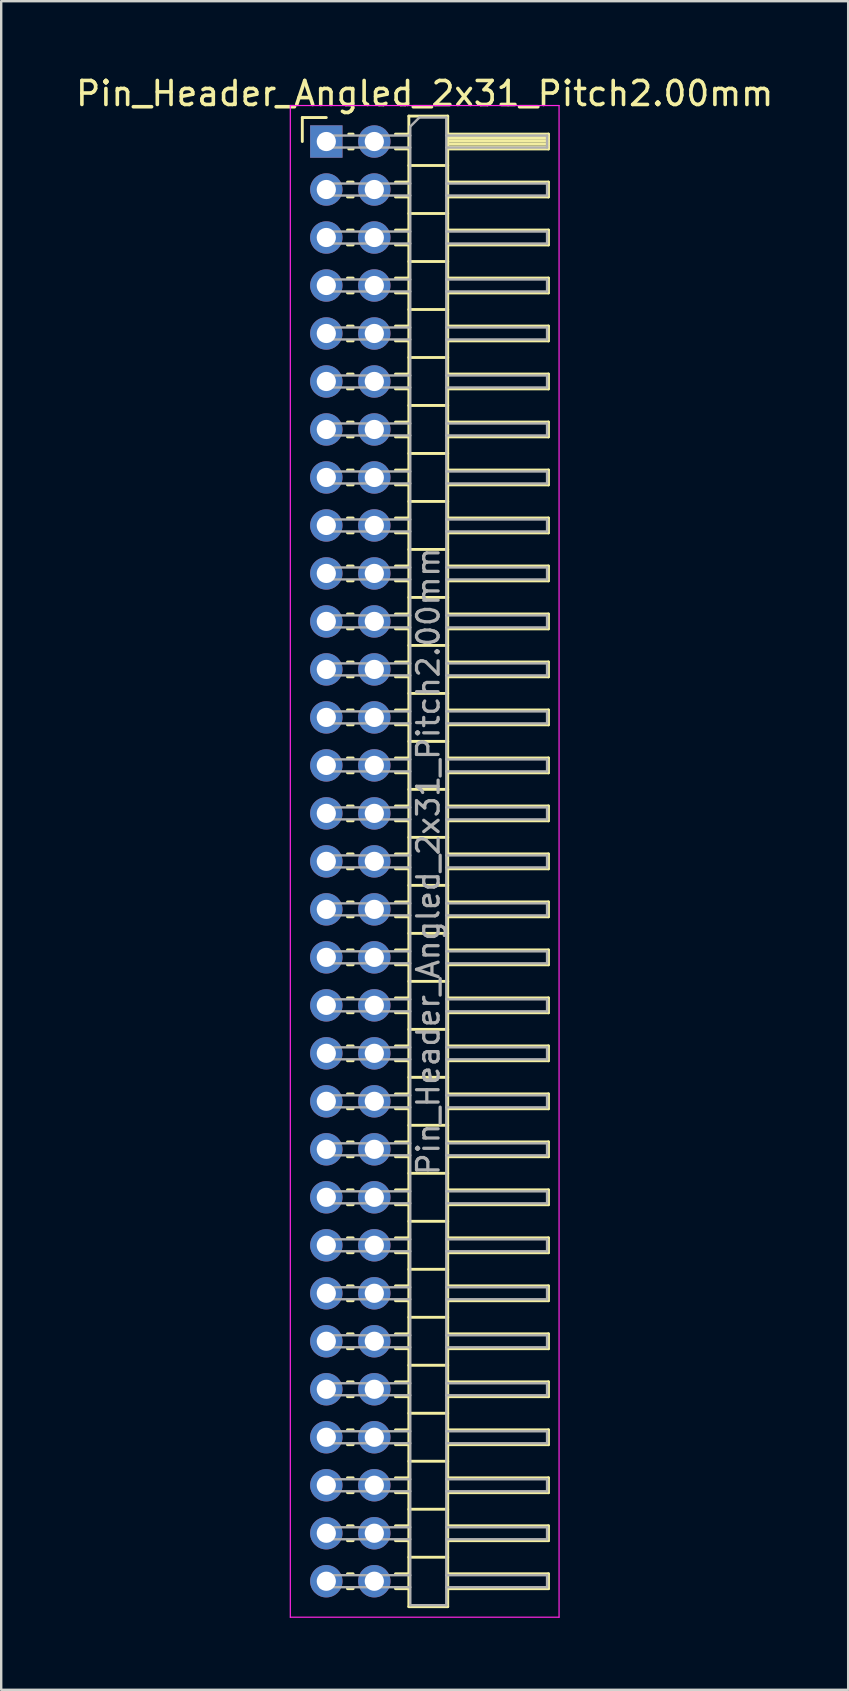
<source format=kicad_pcb>
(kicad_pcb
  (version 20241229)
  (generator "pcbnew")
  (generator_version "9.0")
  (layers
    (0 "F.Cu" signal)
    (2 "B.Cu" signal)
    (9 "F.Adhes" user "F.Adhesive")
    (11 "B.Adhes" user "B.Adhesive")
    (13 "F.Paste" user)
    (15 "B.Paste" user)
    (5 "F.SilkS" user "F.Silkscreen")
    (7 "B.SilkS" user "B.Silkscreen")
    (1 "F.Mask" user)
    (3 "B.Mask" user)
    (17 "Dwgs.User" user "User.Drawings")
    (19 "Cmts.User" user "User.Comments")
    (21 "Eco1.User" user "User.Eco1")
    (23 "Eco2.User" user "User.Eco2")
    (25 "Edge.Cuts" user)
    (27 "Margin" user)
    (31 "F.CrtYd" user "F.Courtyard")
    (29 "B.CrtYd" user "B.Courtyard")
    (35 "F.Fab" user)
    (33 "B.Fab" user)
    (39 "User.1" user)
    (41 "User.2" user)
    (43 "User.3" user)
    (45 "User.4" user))
  (footprint "Pin_Header_Angled_2x31_Pitch2.00mm"
    (layer "F.Cu")
    (at 10.549 2.848)
    (property "Reference" "Pin_Header_Angled_2x31_Pitch2.00mm" (at 4.1 -2 0) (layer "F.SilkS") (effects (font (size 1 1) (thickness 0.15))))
    (attr through_hole)
    (fp_line (start -1 -1) (end 0 -1) (stroke (width 0.12) (type solid)) (layer "F.SilkS"))
    (fp_line (start -1 0) (end -1 -1) (stroke (width 0.12) (type solid)) (layer "F.SilkS"))
    (fp_line (start 0.882 1.69) (end 1.118 1.69) (stroke (width 0.12) (type solid)) (layer "F.SilkS"))
    (fp_line (start 0.882 2.31) (end 1.118 2.31) (stroke (width 0.12) (type solid)) (layer "F.SilkS"))
    (fp_line (start 0.882 3.69) (end 1.118 3.69) (stroke (width 0.12) (type solid)) (layer "F.SilkS"))
    (fp_line (start 0.882 4.31) (end 1.118 4.31) (stroke (width 0.12) (type solid)) (layer "F.SilkS"))
    (fp_line (start 0.882 5.69) (end 1.118 5.69) (stroke (width 0.12) (type solid)) (layer "F.SilkS"))
    (fp_line (start 0.882 6.31) (end 1.118 6.31) (stroke (width 0.12) (type solid)) (layer "F.SilkS"))
    (fp_line (start 0.882 7.69) (end 1.118 7.69) (stroke (width 0.12) (type solid)) (layer "F.SilkS"))
    (fp_line (start 0.882 8.31) (end 1.118 8.31) (stroke (width 0.12) (type solid)) (layer "F.SilkS"))
    (fp_line (start 0.882 9.69) (end 1.118 9.69) (stroke (width 0.12) (type solid)) (layer "F.SilkS"))
    (fp_line (start 0.882 10.31) (end 1.118 10.31) (stroke (width 0.12) (type solid)) (layer "F.SilkS"))
    (fp_line (start 0.882 11.69) (end 1.118 11.69) (stroke (width 0.12) (type solid)) (layer "F.SilkS"))
    (fp_line (start 0.882 12.31) (end 1.118 12.31) (stroke (width 0.12) (type solid)) (layer "F.SilkS"))
    (fp_line (start 0.882 13.69) (end 1.118 13.69) (stroke (width 0.12) (type solid)) (layer "F.SilkS"))
    (fp_line (start 0.882 14.31) (end 1.118 14.31) (stroke (width 0.12) (type solid)) (layer "F.SilkS"))
    (fp_line (start 0.882 15.69) (end 1.118 15.69) (stroke (width 0.12) (type solid)) (layer "F.SilkS"))
    (fp_line (start 0.882 16.31) (end 1.118 16.31) (stroke (width 0.12) (type solid)) (layer "F.SilkS"))
    (fp_line (start 0.882 17.69) (end 1.118 17.69) (stroke (width 0.12) (type solid)) (layer "F.SilkS"))
    (fp_line (start 0.882 18.31) (end 1.118 18.31) (stroke (width 0.12) (type solid)) (layer "F.SilkS"))
    (fp_line (start 0.882 19.69) (end 1.118 19.69) (stroke (width 0.12) (type solid)) (layer "F.SilkS"))
    (fp_line (start 0.882 20.31) (end 1.118 20.31) (stroke (width 0.12) (type solid)) (layer "F.SilkS"))
    (fp_line (start 0.882 21.69) (end 1.118 21.69) (stroke (width 0.12) (type solid)) (layer "F.SilkS"))
    (fp_line (start 0.882 22.31) (end 1.118 22.31) (stroke (width 0.12) (type solid)) (layer "F.SilkS"))
    (fp_line (start 0.882 23.69) (end 1.118 23.69) (stroke (width 0.12) (type solid)) (layer "F.SilkS"))
    (fp_line (start 0.882 24.31) (end 1.118 24.31) (stroke (width 0.12) (type solid)) (layer "F.SilkS"))
    (fp_line (start 0.882 25.69) (end 1.118 25.69) (stroke (width 0.12) (type solid)) (layer "F.SilkS"))
    (fp_line (start 0.882 26.31) (end 1.118 26.31) (stroke (width 0.12) (type solid)) (layer "F.SilkS"))
    (fp_line (start 0.882 27.69) (end 1.118 27.69) (stroke (width 0.12) (type solid)) (layer "F.SilkS"))
    (fp_line (start 0.882 28.31) (end 1.118 28.31) (stroke (width 0.12) (type solid)) (layer "F.SilkS"))
    (fp_line (start 0.882 29.69) (end 1.118 29.69) (stroke (width 0.12) (type solid)) (layer "F.SilkS"))
    (fp_line (start 0.882 30.31) (end 1.118 30.31) (stroke (width 0.12) (type solid)) (layer "F.SilkS"))
    (fp_line (start 0.882 31.69) (end 1.118 31.69) (stroke (width 0.12) (type solid)) (layer "F.SilkS"))
    (fp_line (start 0.882 32.31) (end 1.118 32.31) (stroke (width 0.12) (type solid)) (layer "F.SilkS"))
    (fp_line (start 0.882 33.69) (end 1.118 33.69) (stroke (width 0.12) (type solid)) (layer "F.SilkS"))
    (fp_line (start 0.882 34.31) (end 1.118 34.31) (stroke (width 0.12) (type solid)) (layer "F.SilkS"))
    (fp_line (start 0.882 35.69) (end 1.118 35.69) (stroke (width 0.12) (type solid)) (layer "F.SilkS"))
    (fp_line (start 0.882 36.31) (end 1.118 36.31) (stroke (width 0.12) (type solid)) (layer "F.SilkS"))
    (fp_line (start 0.882 37.69) (end 1.118 37.69) (stroke (width 0.12) (type solid)) (layer "F.SilkS"))
    (fp_line (start 0.882 38.31) (end 1.118 38.31) (stroke (width 0.12) (type solid)) (layer "F.SilkS"))
    (fp_line (start 0.882 39.69) (end 1.118 39.69) (stroke (width 0.12) (type solid)) (layer "F.SilkS"))
    (fp_line (start 0.882 40.31) (end 1.118 40.31) (stroke (width 0.12) (type solid)) (layer "F.SilkS"))
    (fp_line (start 0.882 41.69) (end 1.118 41.69) (stroke (width 0.12) (type solid)) (layer "F.SilkS"))
    (fp_line (start 0.882 42.31) (end 1.118 42.31) (stroke (width 0.12) (type solid)) (layer "F.SilkS"))
    (fp_line (start 0.882 43.69) (end 1.118 43.69) (stroke (width 0.12) (type solid)) (layer "F.SilkS"))
    (fp_line (start 0.882 44.31) (end 1.118 44.31) (stroke (width 0.12) (type solid)) (layer "F.SilkS"))
    (fp_line (start 0.882 45.69) (end 1.118 45.69) (stroke (width 0.12) (type solid)) (layer "F.SilkS"))
    (fp_line (start 0.882 46.31) (end 1.118 46.31) (stroke (width 0.12) (type solid)) (layer "F.SilkS"))
    (fp_line (start 0.882 47.69) (end 1.118 47.69) (stroke (width 0.12) (type solid)) (layer "F.SilkS"))
    (fp_line (start 0.882 48.31) (end 1.118 48.31) (stroke (width 0.12) (type solid)) (layer "F.SilkS"))
    (fp_line (start 0.882 49.69) (end 1.118 49.69) (stroke (width 0.12) (type solid)) (layer "F.SilkS"))
    (fp_line (start 0.882 50.31) (end 1.118 50.31) (stroke (width 0.12) (type solid)) (layer "F.SilkS"))
    (fp_line (start 0.882 51.69) (end 1.118 51.69) (stroke (width 0.12) (type solid)) (layer "F.SilkS"))
    (fp_line (start 0.882 52.31) (end 1.118 52.31) (stroke (width 0.12) (type solid)) (layer "F.SilkS"))
    (fp_line (start 0.882 53.69) (end 1.118 53.69) (stroke (width 0.12) (type solid)) (layer "F.SilkS"))
    (fp_line (start 0.882 54.31) (end 1.118 54.31) (stroke (width 0.12) (type solid)) (layer "F.SilkS"))
    (fp_line (start 0.882 55.69) (end 1.118 55.69) (stroke (width 0.12) (type solid)) (layer "F.SilkS"))
    (fp_line (start 0.882 56.31) (end 1.118 56.31) (stroke (width 0.12) (type solid)) (layer "F.SilkS"))
    (fp_line (start 0.882 57.69) (end 1.118 57.69) (stroke (width 0.12) (type solid)) (layer "F.SilkS"))
    (fp_line (start 0.882 58.31) (end 1.118 58.31) (stroke (width 0.12) (type solid)) (layer "F.SilkS"))
    (fp_line (start 0.882 59.69) (end 1.118 59.69) (stroke (width 0.12) (type solid)) (layer "F.SilkS"))
    (fp_line (start 0.882 60.31) (end 1.118 60.31) (stroke (width 0.12) (type solid)) (layer "F.SilkS"))
    (fp_line (start 0.935 -0.31) (end 1.118 -0.31) (stroke (width 0.12) (type solid)) (layer "F.SilkS"))
    (fp_line (start 0.935 0.31) (end 1.118 0.31) (stroke (width 0.12) (type solid)) (layer "F.SilkS"))
    (fp_line (start 2.882 -0.31) (end 3.44 -0.31) (stroke (width 0.12) (type solid)) (layer "F.SilkS"))
    (fp_line (start 2.882 0.31) (end 3.44 0.31) (stroke (width 0.12) (type solid)) (layer "F.SilkS"))
    (fp_line (start 2.882 1.69) (end 3.44 1.69) (stroke (width 0.12) (type solid)) (layer "F.SilkS"))
    (fp_line (start 2.882 2.31) (end 3.44 2.31) (stroke (width 0.12) (type solid)) (layer "F.SilkS"))
    (fp_line (start 2.882 3.69) (end 3.44 3.69) (stroke (width 0.12) (type solid)) (layer "F.SilkS"))
    (fp_line (start 2.882 4.31) (end 3.44 4.31) (stroke (width 0.12) (type solid)) (layer "F.SilkS"))
    (fp_line (start 2.882 5.69) (end 3.44 5.69) (stroke (width 0.12) (type solid)) (layer "F.SilkS"))
    (fp_line (start 2.882 6.31) (end 3.44 6.31) (stroke (width 0.12) (type solid)) (layer "F.SilkS"))
    (fp_line (start 2.882 7.69) (end 3.44 7.69) (stroke (width 0.12) (type solid)) (layer "F.SilkS"))
    (fp_line (start 2.882 8.31) (end 3.44 8.31) (stroke (width 0.12) (type solid)) (layer "F.SilkS"))
    (fp_line (start 2.882 9.69) (end 3.44 9.69) (stroke (width 0.12) (type solid)) (layer "F.SilkS"))
    (fp_line (start 2.882 10.31) (end 3.44 10.31) (stroke (width 0.12) (type solid)) (layer "F.SilkS"))
    (fp_line (start 2.882 11.69) (end 3.44 11.69) (stroke (width 0.12) (type solid)) (layer "F.SilkS"))
    (fp_line (start 2.882 12.31) (end 3.44 12.31) (stroke (width 0.12) (type solid)) (layer "F.SilkS"))
    (fp_line (start 2.882 13.69) (end 3.44 13.69) (stroke (width 0.12) (type solid)) (layer "F.SilkS"))
    (fp_line (start 2.882 14.31) (end 3.44 14.31) (stroke (width 0.12) (type solid)) (layer "F.SilkS"))
    (fp_line (start 2.882 15.69) (end 3.44 15.69) (stroke (width 0.12) (type solid)) (layer "F.SilkS"))
    (fp_line (start 2.882 16.31) (end 3.44 16.31) (stroke (width 0.12) (type solid)) (layer "F.SilkS"))
    (fp_line (start 2.882 17.69) (end 3.44 17.69) (stroke (width 0.12) (type solid)) (layer "F.SilkS"))
    (fp_line (start 2.882 18.31) (end 3.44 18.31) (stroke (width 0.12) (type solid)) (layer "F.SilkS"))
    (fp_line (start 2.882 19.69) (end 3.44 19.69) (stroke (width 0.12) (type solid)) (layer "F.SilkS"))
    (fp_line (start 2.882 20.31) (end 3.44 20.31) (stroke (width 0.12) (type solid)) (layer "F.SilkS"))
    (fp_line (start 2.882 21.69) (end 3.44 21.69) (stroke (width 0.12) (type solid)) (layer "F.SilkS"))
    (fp_line (start 2.882 22.31) (end 3.44 22.31) (stroke (width 0.12) (type solid)) (layer "F.SilkS"))
    (fp_line (start 2.882 23.69) (end 3.44 23.69) (stroke (width 0.12) (type solid)) (layer "F.SilkS"))
    (fp_line (start 2.882 24.31) (end 3.44 24.31) (stroke (width 0.12) (type solid)) (layer "F.SilkS"))
    (fp_line (start 2.882 25.69) (end 3.44 25.69) (stroke (width 0.12) (type solid)) (layer "F.SilkS"))
    (fp_line (start 2.882 26.31) (end 3.44 26.31) (stroke (width 0.12) (type solid)) (layer "F.SilkS"))
    (fp_line (start 2.882 27.69) (end 3.44 27.69) (stroke (width 0.12) (type solid)) (layer "F.SilkS"))
    (fp_line (start 2.882 28.31) (end 3.44 28.31) (stroke (width 0.12) (type solid)) (layer "F.SilkS"))
    (fp_line (start 2.882 29.69) (end 3.44 29.69) (stroke (width 0.12) (type solid)) (layer "F.SilkS"))
    (fp_line (start 2.882 30.31) (end 3.44 30.31) (stroke (width 0.12) (type solid)) (layer "F.SilkS"))
    (fp_line (start 2.882 31.69) (end 3.44 31.69) (stroke (width 0.12) (type solid)) (layer "F.SilkS"))
    (fp_line (start 2.882 32.31) (end 3.44 32.31) (stroke (width 0.12) (type solid)) (layer "F.SilkS"))
    (fp_line (start 2.882 33.69) (end 3.44 33.69) (stroke (width 0.12) (type solid)) (layer "F.SilkS"))
    (fp_line (start 2.882 34.31) (end 3.44 34.31) (stroke (width 0.12) (type solid)) (layer "F.SilkS"))
    (fp_line (start 2.882 35.69) (end 3.44 35.69) (stroke (width 0.12) (type solid)) (layer "F.SilkS"))
    (fp_line (start 2.882 36.31) (end 3.44 36.31) (stroke (width 0.12) (type solid)) (layer "F.SilkS"))
    (fp_line (start 2.882 37.69) (end 3.44 37.69) (stroke (width 0.12) (type solid)) (layer "F.SilkS"))
    (fp_line (start 2.882 38.31) (end 3.44 38.31) (stroke (width 0.12) (type solid)) (layer "F.SilkS"))
    (fp_line (start 2.882 39.69) (end 3.44 39.69) (stroke (width 0.12) (type solid)) (layer "F.SilkS"))
    (fp_line (start 2.882 40.31) (end 3.44 40.31) (stroke (width 0.12) (type solid)) (layer "F.SilkS"))
    (fp_line (start 2.882 41.69) (end 3.44 41.69) (stroke (width 0.12) (type solid)) (layer "F.SilkS"))
    (fp_line (start 2.882 42.31) (end 3.44 42.31) (stroke (width 0.12) (type solid)) (layer "F.SilkS"))
    (fp_line (start 2.882 43.69) (end 3.44 43.69) (stroke (width 0.12) (type solid)) (layer "F.SilkS"))
    (fp_line (start 2.882 44.31) (end 3.44 44.31) (stroke (width 0.12) (type solid)) (layer "F.SilkS"))
    (fp_line (start 2.882 45.69) (end 3.44 45.69) (stroke (width 0.12) (type solid)) (layer "F.SilkS"))
    (fp_line (start 2.882 46.31) (end 3.44 46.31) (stroke (width 0.12) (type solid)) (layer "F.SilkS"))
    (fp_line (start 2.882 47.69) (end 3.44 47.69) (stroke (width 0.12) (type solid)) (layer "F.SilkS"))
    (fp_line (start 2.882 48.31) (end 3.44 48.31) (stroke (width 0.12) (type solid)) (layer "F.SilkS"))
    (fp_line (start 2.882 49.69) (end 3.44 49.69) (stroke (width 0.12) (type solid)) (layer "F.SilkS"))
    (fp_line (start 2.882 50.31) (end 3.44 50.31) (stroke (width 0.12) (type solid)) (layer "F.SilkS"))
    (fp_line (start 2.882 51.69) (end 3.44 51.69) (stroke (width 0.12) (type solid)) (layer "F.SilkS"))
    (fp_line (start 2.882 52.31) (end 3.44 52.31) (stroke (width 0.12) (type solid)) (layer "F.SilkS"))
    (fp_line (start 2.882 53.69) (end 3.44 53.69) (stroke (width 0.12) (type solid)) (layer "F.SilkS"))
    (fp_line (start 2.882 54.31) (end 3.44 54.31) (stroke (width 0.12) (type solid)) (layer "F.SilkS"))
    (fp_line (start 2.882 55.69) (end 3.44 55.69) (stroke (width 0.12) (type solid)) (layer "F.SilkS"))
    (fp_line (start 2.882 56.31) (end 3.44 56.31) (stroke (width 0.12) (type solid)) (layer "F.SilkS"))
    (fp_line (start 2.882 57.69) (end 3.44 57.69) (stroke (width 0.12) (type solid)) (layer "F.SilkS"))
    (fp_line (start 2.882 58.31) (end 3.44 58.31) (stroke (width 0.12) (type solid)) (layer "F.SilkS"))
    (fp_line (start 2.882 59.69) (end 3.44 59.69) (stroke (width 0.12) (type solid)) (layer "F.SilkS"))
    (fp_line (start 2.882 60.31) (end 3.44 60.31) (stroke (width 0.12) (type solid)) (layer "F.SilkS"))
    (fp_line (start 3.44 -1.06) (end 3.44 61.06) (stroke (width 0.12) (type solid)) (layer "F.SilkS"))
    (fp_line (start 3.44 1) (end 5.06 1) (stroke (width 0.12) (type solid)) (layer "F.SilkS"))
    (fp_line (start 3.44 3) (end 5.06 3) (stroke (width 0.12) (type solid)) (layer "F.SilkS"))
    (fp_line (start 3.44 5) (end 5.06 5) (stroke (width 0.12) (type solid)) (layer "F.SilkS"))
    (fp_line (start 3.44 7) (end 5.06 7) (stroke (width 0.12) (type solid)) (layer "F.SilkS"))
    (fp_line (start 3.44 9) (end 5.06 9) (stroke (width 0.12) (type solid)) (layer "F.SilkS"))
    (fp_line (start 3.44 11) (end 5.06 11) (stroke (width 0.12) (type solid)) (layer "F.SilkS"))
    (fp_line (start 3.44 13) (end 5.06 13) (stroke (width 0.12) (type solid)) (layer "F.SilkS"))
    (fp_line (start 3.44 15) (end 5.06 15) (stroke (width 0.12) (type solid)) (layer "F.SilkS"))
    (fp_line (start 3.44 17) (end 5.06 17) (stroke (width 0.12) (type solid)) (layer "F.SilkS"))
    (fp_line (start 3.44 19) (end 5.06 19) (stroke (width 0.12) (type solid)) (layer "F.SilkS"))
    (fp_line (start 3.44 21) (end 5.06 21) (stroke (width 0.12) (type solid)) (layer "F.SilkS"))
    (fp_line (start 3.44 23) (end 5.06 23) (stroke (width 0.12) (type solid)) (layer "F.SilkS"))
    (fp_line (start 3.44 25) (end 5.06 25) (stroke (width 0.12) (type solid)) (layer "F.SilkS"))
    (fp_line (start 3.44 27) (end 5.06 27) (stroke (width 0.12) (type solid)) (layer "F.SilkS"))
    (fp_line (start 3.44 29) (end 5.06 29) (stroke (width 0.12) (type solid)) (layer "F.SilkS"))
    (fp_line (start 3.44 31) (end 5.06 31) (stroke (width 0.12) (type solid)) (layer "F.SilkS"))
    (fp_line (start 3.44 33) (end 5.06 33) (stroke (width 0.12) (type solid)) (layer "F.SilkS"))
    (fp_line (start 3.44 35) (end 5.06 35) (stroke (width 0.12) (type solid)) (layer "F.SilkS"))
    (fp_line (start 3.44 37) (end 5.06 37) (stroke (width 0.12) (type solid)) (layer "F.SilkS"))
    (fp_line (start 3.44 39) (end 5.06 39) (stroke (width 0.12) (type solid)) (layer "F.SilkS"))
    (fp_line (start 3.44 41) (end 5.06 41) (stroke (width 0.12) (type solid)) (layer "F.SilkS"))
    (fp_line (start 3.44 43) (end 5.06 43) (stroke (width 0.12) (type solid)) (layer "F.SilkS"))
    (fp_line (start 3.44 45) (end 5.06 45) (stroke (width 0.12) (type solid)) (layer "F.SilkS"))
    (fp_line (start 3.44 47) (end 5.06 47) (stroke (width 0.12) (type solid)) (layer "F.SilkS"))
    (fp_line (start 3.44 49) (end 5.06 49) (stroke (width 0.12) (type solid)) (layer "F.SilkS"))
    (fp_line (start 3.44 51) (end 5.06 51) (stroke (width 0.12) (type solid)) (layer "F.SilkS"))
    (fp_line (start 3.44 53) (end 5.06 53) (stroke (width 0.12) (type solid)) (layer "F.SilkS"))
    (fp_line (start 3.44 55) (end 5.06 55) (stroke (width 0.12) (type solid)) (layer "F.SilkS"))
    (fp_line (start 3.44 57) (end 5.06 57) (stroke (width 0.12) (type solid)) (layer "F.SilkS"))
    (fp_line (start 3.44 59) (end 5.06 59) (stroke (width 0.12) (type solid)) (layer "F.SilkS"))
    (fp_line (start 3.44 61.06) (end 5.06 61.06) (stroke (width 0.12) (type solid)) (layer "F.SilkS"))
    (fp_line (start 5.06 -1.06) (end 3.44 -1.06) (stroke (width 0.12) (type solid)) (layer "F.SilkS"))
    (fp_line (start 5.06 -0.31) (end 9.26 -0.31) (stroke (width 0.12) (type solid)) (layer "F.SilkS"))
    (fp_line (start 5.06 -0.25) (end 9.26 -0.25) (stroke (width 0.12) (type solid)) (layer "F.SilkS"))
    (fp_line (start 5.06 -0.13) (end 9.26 -0.13) (stroke (width 0.12) (type solid)) (layer "F.SilkS"))
    (fp_line (start 5.06 -0.01) (end 9.26 -0.01) (stroke (width 0.12) (type solid)) (layer "F.SilkS"))
    (fp_line (start 5.06 0.11) (end 9.26 0.11) (stroke (width 0.12) (type solid)) (layer "F.SilkS"))
    (fp_line (start 5.06 0.23) (end 9.26 0.23) (stroke (width 0.12) (type solid)) (layer "F.SilkS"))
    (fp_line (start 5.06 1.69) (end 9.26 1.69) (stroke (width 0.12) (type solid)) (layer "F.SilkS"))
    (fp_line (start 5.06 3.69) (end 9.26 3.69) (stroke (width 0.12) (type solid)) (layer "F.SilkS"))
    (fp_line (start 5.06 5.69) (end 9.26 5.69) (stroke (width 0.12) (type solid)) (layer "F.SilkS"))
    (fp_line (start 5.06 7.69) (end 9.26 7.69) (stroke (width 0.12) (type solid)) (layer "F.SilkS"))
    (fp_line (start 5.06 9.69) (end 9.26 9.69) (stroke (width 0.12) (type solid)) (layer "F.SilkS"))
    (fp_line (start 5.06 11.69) (end 9.26 11.69) (stroke (width 0.12) (type solid)) (layer "F.SilkS"))
    (fp_line (start 5.06 13.69) (end 9.26 13.69) (stroke (width 0.12) (type solid)) (layer "F.SilkS"))
    (fp_line (start 5.06 15.69) (end 9.26 15.69) (stroke (width 0.12) (type solid)) (layer "F.SilkS"))
    (fp_line (start 5.06 17.69) (end 9.26 17.69) (stroke (width 0.12) (type solid)) (layer "F.SilkS"))
    (fp_line (start 5.06 19.69) (end 9.26 19.69) (stroke (width 0.12) (type solid)) (layer "F.SilkS"))
    (fp_line (start 5.06 21.69) (end 9.26 21.69) (stroke (width 0.12) (type solid)) (layer "F.SilkS"))
    (fp_line (start 5.06 23.69) (end 9.26 23.69) (stroke (width 0.12) (type solid)) (layer "F.SilkS"))
    (fp_line (start 5.06 25.69) (end 9.26 25.69) (stroke (width 0.12) (type solid)) (layer "F.SilkS"))
    (fp_line (start 5.06 27.69) (end 9.26 27.69) (stroke (width 0.12) (type solid)) (layer "F.SilkS"))
    (fp_line (start 5.06 29.69) (end 9.26 29.69) (stroke (width 0.12) (type solid)) (layer "F.SilkS"))
    (fp_line (start 5.06 31.69) (end 9.26 31.69) (stroke (width 0.12) (type solid)) (layer "F.SilkS"))
    (fp_line (start 5.06 33.69) (end 9.26 33.69) (stroke (width 0.12) (type solid)) (layer "F.SilkS"))
    (fp_line (start 5.06 35.69) (end 9.26 35.69) (stroke (width 0.12) (type solid)) (layer "F.SilkS"))
    (fp_line (start 5.06 37.69) (end 9.26 37.69) (stroke (width 0.12) (type solid)) (layer "F.SilkS"))
    (fp_line (start 5.06 39.69) (end 9.26 39.69) (stroke (width 0.12) (type solid)) (layer "F.SilkS"))
    (fp_line (start 5.06 41.69) (end 9.26 41.69) (stroke (width 0.12) (type solid)) (layer "F.SilkS"))
    (fp_line (start 5.06 43.69) (end 9.26 43.69) (stroke (width 0.12) (type solid)) (layer "F.SilkS"))
    (fp_line (start 5.06 45.69) (end 9.26 45.69) (stroke (width 0.12) (type solid)) (layer "F.SilkS"))
    (fp_line (start 5.06 47.69) (end 9.26 47.69) (stroke (width 0.12) (type solid)) (layer "F.SilkS"))
    (fp_line (start 5.06 49.69) (end 9.26 49.69) (stroke (width 0.12) (type solid)) (layer "F.SilkS"))
    (fp_line (start 5.06 51.69) (end 9.26 51.69) (stroke (width 0.12) (type solid)) (layer "F.SilkS"))
    (fp_line (start 5.06 53.69) (end 9.26 53.69) (stroke (width 0.12) (type solid)) (layer "F.SilkS"))
    (fp_line (start 5.06 55.69) (end 9.26 55.69) (stroke (width 0.12) (type solid)) (layer "F.SilkS"))
    (fp_line (start 5.06 57.69) (end 9.26 57.69) (stroke (width 0.12) (type solid)) (layer "F.SilkS"))
    (fp_line (start 5.06 59.69) (end 9.26 59.69) (stroke (width 0.12) (type solid)) (layer "F.SilkS"))
    (fp_line (start 5.06 61.06) (end 5.06 -1.06) (stroke (width 0.12) (type solid)) (layer "F.SilkS"))
    (fp_line (start 9.26 -0.31) (end 9.26 0.31) (stroke (width 0.12) (type solid)) (layer "F.SilkS"))
    (fp_line (start 9.26 0.31) (end 5.06 0.31) (stroke (width 0.12) (type solid)) (layer "F.SilkS"))
    (fp_line (start 9.26 1.69) (end 9.26 2.31) (stroke (width 0.12) (type solid)) (layer "F.SilkS"))
    (fp_line (start 9.26 2.31) (end 5.06 2.31) (stroke (width 0.12) (type solid)) (layer "F.SilkS"))
    (fp_line (start 9.26 3.69) (end 9.26 4.31) (stroke (width 0.12) (type solid)) (layer "F.SilkS"))
    (fp_line (start 9.26 4.31) (end 5.06 4.31) (stroke (width 0.12) (type solid)) (layer "F.SilkS"))
    (fp_line (start 9.26 5.69) (end 9.26 6.31) (stroke (width 0.12) (type solid)) (layer "F.SilkS"))
    (fp_line (start 9.26 6.31) (end 5.06 6.31) (stroke (width 0.12) (type solid)) (layer "F.SilkS"))
    (fp_line (start 9.26 7.69) (end 9.26 8.31) (stroke (width 0.12) (type solid)) (layer "F.SilkS"))
    (fp_line (start 9.26 8.31) (end 5.06 8.31) (stroke (width 0.12) (type solid)) (layer "F.SilkS"))
    (fp_line (start 9.26 9.69) (end 9.26 10.31) (stroke (width 0.12) (type solid)) (layer "F.SilkS"))
    (fp_line (start 9.26 10.31) (end 5.06 10.31) (stroke (width 0.12) (type solid)) (layer "F.SilkS"))
    (fp_line (start 9.26 11.69) (end 9.26 12.31) (stroke (width 0.12) (type solid)) (layer "F.SilkS"))
    (fp_line (start 9.26 12.31) (end 5.06 12.31) (stroke (width 0.12) (type solid)) (layer "F.SilkS"))
    (fp_line (start 9.26 13.69) (end 9.26 14.31) (stroke (width 0.12) (type solid)) (layer "F.SilkS"))
    (fp_line (start 9.26 14.31) (end 5.06 14.31) (stroke (width 0.12) (type solid)) (layer "F.SilkS"))
    (fp_line (start 9.26 15.69) (end 9.26 16.31) (stroke (width 0.12) (type solid)) (layer "F.SilkS"))
    (fp_line (start 9.26 16.31) (end 5.06 16.31) (stroke (width 0.12) (type solid)) (layer "F.SilkS"))
    (fp_line (start 9.26 17.69) (end 9.26 18.31) (stroke (width 0.12) (type solid)) (layer "F.SilkS"))
    (fp_line (start 9.26 18.31) (end 5.06 18.31) (stroke (width 0.12) (type solid)) (layer "F.SilkS"))
    (fp_line (start 9.26 19.69) (end 9.26 20.31) (stroke (width 0.12) (type solid)) (layer "F.SilkS"))
    (fp_line (start 9.26 20.31) (end 5.06 20.31) (stroke (width 0.12) (type solid)) (layer "F.SilkS"))
    (fp_line (start 9.26 21.69) (end 9.26 22.31) (stroke (width 0.12) (type solid)) (layer "F.SilkS"))
    (fp_line (start 9.26 22.31) (end 5.06 22.31) (stroke (width 0.12) (type solid)) (layer "F.SilkS"))
    (fp_line (start 9.26 23.69) (end 9.26 24.31) (stroke (width 0.12) (type solid)) (layer "F.SilkS"))
    (fp_line (start 9.26 24.31) (end 5.06 24.31) (stroke (width 0.12) (type solid)) (layer "F.SilkS"))
    (fp_line (start 9.26 25.69) (end 9.26 26.31) (stroke (width 0.12) (type solid)) (layer "F.SilkS"))
    (fp_line (start 9.26 26.31) (end 5.06 26.31) (stroke (width 0.12) (type solid)) (layer "F.SilkS"))
    (fp_line (start 9.26 27.69) (end 9.26 28.31) (stroke (width 0.12) (type solid)) (layer "F.SilkS"))
    (fp_line (start 9.26 28.31) (end 5.06 28.31) (stroke (width 0.12) (type solid)) (layer "F.SilkS"))
    (fp_line (start 9.26 29.69) (end 9.26 30.31) (stroke (width 0.12) (type solid)) (layer "F.SilkS"))
    (fp_line (start 9.26 30.31) (end 5.06 30.31) (stroke (width 0.12) (type solid)) (layer "F.SilkS"))
    (fp_line (start 9.26 31.69) (end 9.26 32.31) (stroke (width 0.12) (type solid)) (layer "F.SilkS"))
    (fp_line (start 9.26 32.31) (end 5.06 32.31) (stroke (width 0.12) (type solid)) (layer "F.SilkS"))
    (fp_line (start 9.26 33.69) (end 9.26 34.31) (stroke (width 0.12) (type solid)) (layer "F.SilkS"))
    (fp_line (start 9.26 34.31) (end 5.06 34.31) (stroke (width 0.12) (type solid)) (layer "F.SilkS"))
    (fp_line (start 9.26 35.69) (end 9.26 36.31) (stroke (width 0.12) (type solid)) (layer "F.SilkS"))
    (fp_line (start 9.26 36.31) (end 5.06 36.31) (stroke (width 0.12) (type solid)) (layer "F.SilkS"))
    (fp_line (start 9.26 37.69) (end 9.26 38.31) (stroke (width 0.12) (type solid)) (layer "F.SilkS"))
    (fp_line (start 9.26 38.31) (end 5.06 38.31) (stroke (width 0.12) (type solid)) (layer "F.SilkS"))
    (fp_line (start 9.26 39.69) (end 9.26 40.31) (stroke (width 0.12) (type solid)) (layer "F.SilkS"))
    (fp_line (start 9.26 40.31) (end 5.06 40.31) (stroke (width 0.12) (type solid)) (layer "F.SilkS"))
    (fp_line (start 9.26 41.69) (end 9.26 42.31) (stroke (width 0.12) (type solid)) (layer "F.SilkS"))
    (fp_line (start 9.26 42.31) (end 5.06 42.31) (stroke (width 0.12) (type solid)) (layer "F.SilkS"))
    (fp_line (start 9.26 43.69) (end 9.26 44.31) (stroke (width 0.12) (type solid)) (layer "F.SilkS"))
    (fp_line (start 9.26 44.31) (end 5.06 44.31) (stroke (width 0.12) (type solid)) (layer "F.SilkS"))
    (fp_line (start 9.26 45.69) (end 9.26 46.31) (stroke (width 0.12) (type solid)) (layer "F.SilkS"))
    (fp_line (start 9.26 46.31) (end 5.06 46.31) (stroke (width 0.12) (type solid)) (layer "F.SilkS"))
    (fp_line (start 9.26 47.69) (end 9.26 48.31) (stroke (width 0.12) (type solid)) (layer "F.SilkS"))
    (fp_line (start 9.26 48.31) (end 5.06 48.31) (stroke (width 0.12) (type solid)) (layer "F.SilkS"))
    (fp_line (start 9.26 49.69) (end 9.26 50.31) (stroke (width 0.12) (type solid)) (layer "F.SilkS"))
    (fp_line (start 9.26 50.31) (end 5.06 50.31) (stroke (width 0.12) (type solid)) (layer "F.SilkS"))
    (fp_line (start 9.26 51.69) (end 9.26 52.31) (stroke (width 0.12) (type solid)) (layer "F.SilkS"))
    (fp_line (start 9.26 52.31) (end 5.06 52.31) (stroke (width 0.12) (type solid)) (layer "F.SilkS"))
    (fp_line (start 9.26 53.69) (end 9.26 54.31) (stroke (width 0.12) (type solid)) (layer "F.SilkS"))
    (fp_line (start 9.26 54.31) (end 5.06 54.31) (stroke (width 0.12) (type solid)) (layer "F.SilkS"))
    (fp_line (start 9.26 55.69) (end 9.26 56.31) (stroke (width 0.12) (type solid)) (layer "F.SilkS"))
    (fp_line (start 9.26 56.31) (end 5.06 56.31) (stroke (width 0.12) (type solid)) (layer "F.SilkS"))
    (fp_line (start 9.26 57.69) (end 9.26 58.31) (stroke (width 0.12) (type solid)) (layer "F.SilkS"))
    (fp_line (start 9.26 58.31) (end 5.06 58.31) (stroke (width 0.12) (type solid)) (layer "F.SilkS"))
    (fp_line (start 9.26 59.69) (end 9.26 60.31) (stroke (width 0.12) (type solid)) (layer "F.SilkS"))
    (fp_line (start 9.26 60.31) (end 5.06 60.31) (stroke (width 0.12) (type solid)) (layer "F.SilkS"))
    (fp_line (start -1.5 -1.5) (end -1.5 61.5) (stroke (width 0.05) (type solid)) (layer "F.CrtYd"))
    (fp_line (start -1.5 61.5) (end 9.7 61.5) (stroke (width 0.05) (type solid)) (layer "F.CrtYd"))
    (fp_line (start 9.7 -1.5) (end -1.5 -1.5) (stroke (width 0.05) (type solid)) (layer "F.CrtYd"))
    (fp_line (start 9.7 61.5) (end 9.7 -1.5) (stroke (width 0.05) (type solid)) (layer "F.CrtYd"))
    (fp_line (start -0.25 -0.25) (end -0.25 0.25) (stroke (width 0.1) (type solid)) (layer "F.Fab"))
    (fp_line (start -0.25 -0.25) (end 3.5 -0.25) (stroke (width 0.1) (type solid)) (layer "F.Fab"))
    (fp_line (start -0.25 0.25) (end 3.5 0.25) (stroke (width 0.1) (type solid)) (layer "F.Fab"))
    (fp_line (start -0.25 1.75) (end -0.25 2.25) (stroke (width 0.1) (type solid)) (layer "F.Fab"))
    (fp_line (start -0.25 1.75) (end 3.5 1.75) (stroke (width 0.1) (type solid)) (layer "F.Fab"))
    (fp_line (start -0.25 2.25) (end 3.5 2.25) (stroke (width 0.1) (type solid)) (layer "F.Fab"))
    (fp_line (start -0.25 3.75) (end -0.25 4.25) (stroke (width 0.1) (type solid)) (layer "F.Fab"))
    (fp_line (start -0.25 3.75) (end 3.5 3.75) (stroke (width 0.1) (type solid)) (layer "F.Fab"))
    (fp_line (start -0.25 4.25) (end 3.5 4.25) (stroke (width 0.1) (type solid)) (layer "F.Fab"))
    (fp_line (start -0.25 5.75) (end -0.25 6.25) (stroke (width 0.1) (type solid)) (layer "F.Fab"))
    (fp_line (start -0.25 5.75) (end 3.5 5.75) (stroke (width 0.1) (type solid)) (layer "F.Fab"))
    (fp_line (start -0.25 6.25) (end 3.5 6.25) (stroke (width 0.1) (type solid)) (layer "F.Fab"))
    (fp_line (start -0.25 7.75) (end -0.25 8.25) (stroke (width 0.1) (type solid)) (layer "F.Fab"))
    (fp_line (start -0.25 7.75) (end 3.5 7.75) (stroke (width 0.1) (type solid)) (layer "F.Fab"))
    (fp_line (start -0.25 8.25) (end 3.5 8.25) (stroke (width 0.1) (type solid)) (layer "F.Fab"))
    (fp_line (start -0.25 9.75) (end -0.25 10.25) (stroke (width 0.1) (type solid)) (layer "F.Fab"))
    (fp_line (start -0.25 9.75) (end 3.5 9.75) (stroke (width 0.1) (type solid)) (layer "F.Fab"))
    (fp_line (start -0.25 10.25) (end 3.5 10.25) (stroke (width 0.1) (type solid)) (layer "F.Fab"))
    (fp_line (start -0.25 11.75) (end -0.25 12.25) (stroke (width 0.1) (type solid)) (layer "F.Fab"))
    (fp_line (start -0.25 11.75) (end 3.5 11.75) (stroke (width 0.1) (type solid)) (layer "F.Fab"))
    (fp_line (start -0.25 12.25) (end 3.5 12.25) (stroke (width 0.1) (type solid)) (layer "F.Fab"))
    (fp_line (start -0.25 13.75) (end -0.25 14.25) (stroke (width 0.1) (type solid)) (layer "F.Fab"))
    (fp_line (start -0.25 13.75) (end 3.5 13.75) (stroke (width 0.1) (type solid)) (layer "F.Fab"))
    (fp_line (start -0.25 14.25) (end 3.5 14.25) (stroke (width 0.1) (type solid)) (layer "F.Fab"))
    (fp_line (start -0.25 15.75) (end -0.25 16.25) (stroke (width 0.1) (type solid)) (layer "F.Fab"))
    (fp_line (start -0.25 15.75) (end 3.5 15.75) (stroke (width 0.1) (type solid)) (layer "F.Fab"))
    (fp_line (start -0.25 16.25) (end 3.5 16.25) (stroke (width 0.1) (type solid)) (layer "F.Fab"))
    (fp_line (start -0.25 17.75) (end -0.25 18.25) (stroke (width 0.1) (type solid)) (layer "F.Fab"))
    (fp_line (start -0.25 17.75) (end 3.5 17.75) (stroke (width 0.1) (type solid)) (layer "F.Fab"))
    (fp_line (start -0.25 18.25) (end 3.5 18.25) (stroke (width 0.1) (type solid)) (layer "F.Fab"))
    (fp_line (start -0.25 19.75) (end -0.25 20.25) (stroke (width 0.1) (type solid)) (layer "F.Fab"))
    (fp_line (start -0.25 19.75) (end 3.5 19.75) (stroke (width 0.1) (type solid)) (layer "F.Fab"))
    (fp_line (start -0.25 20.25) (end 3.5 20.25) (stroke (width 0.1) (type solid)) (layer "F.Fab"))
    (fp_line (start -0.25 21.75) (end -0.25 22.25) (stroke (width 0.1) (type solid)) (layer "F.Fab"))
    (fp_line (start -0.25 21.75) (end 3.5 21.75) (stroke (width 0.1) (type solid)) (layer "F.Fab"))
    (fp_line (start -0.25 22.25) (end 3.5 22.25) (stroke (width 0.1) (type solid)) (layer "F.Fab"))
    (fp_line (start -0.25 23.75) (end -0.25 24.25) (stroke (width 0.1) (type solid)) (layer "F.Fab"))
    (fp_line (start -0.25 23.75) (end 3.5 23.75) (stroke (width 0.1) (type solid)) (layer "F.Fab"))
    (fp_line (start -0.25 24.25) (end 3.5 24.25) (stroke (width 0.1) (type solid)) (layer "F.Fab"))
    (fp_line (start -0.25 25.75) (end -0.25 26.25) (stroke (width 0.1) (type solid)) (layer "F.Fab"))
    (fp_line (start -0.25 25.75) (end 3.5 25.75) (stroke (width 0.1) (type solid)) (layer "F.Fab"))
    (fp_line (start -0.25 26.25) (end 3.5 26.25) (stroke (width 0.1) (type solid)) (layer "F.Fab"))
    (fp_line (start -0.25 27.75) (end -0.25 28.25) (stroke (width 0.1) (type solid)) (layer "F.Fab"))
    (fp_line (start -0.25 27.75) (end 3.5 27.75) (stroke (width 0.1) (type solid)) (layer "F.Fab"))
    (fp_line (start -0.25 28.25) (end 3.5 28.25) (stroke (width 0.1) (type solid)) (layer "F.Fab"))
    (fp_line (start -0.25 29.75) (end -0.25 30.25) (stroke (width 0.1) (type solid)) (layer "F.Fab"))
    (fp_line (start -0.25 29.75) (end 3.5 29.75) (stroke (width 0.1) (type solid)) (layer "F.Fab"))
    (fp_line (start -0.25 30.25) (end 3.5 30.25) (stroke (width 0.1) (type solid)) (layer "F.Fab"))
    (fp_line (start -0.25 31.75) (end -0.25 32.25) (stroke (width 0.1) (type solid)) (layer "F.Fab"))
    (fp_line (start -0.25 31.75) (end 3.5 31.75) (stroke (width 0.1) (type solid)) (layer "F.Fab"))
    (fp_line (start -0.25 32.25) (end 3.5 32.25) (stroke (width 0.1) (type solid)) (layer "F.Fab"))
    (fp_line (start -0.25 33.75) (end -0.25 34.25) (stroke (width 0.1) (type solid)) (layer "F.Fab"))
    (fp_line (start -0.25 33.75) (end 3.5 33.75) (stroke (width 0.1) (type solid)) (layer "F.Fab"))
    (fp_line (start -0.25 34.25) (end 3.5 34.25) (stroke (width 0.1) (type solid)) (layer "F.Fab"))
    (fp_line (start -0.25 35.75) (end -0.25 36.25) (stroke (width 0.1) (type solid)) (layer "F.Fab"))
    (fp_line (start -0.25 35.75) (end 3.5 35.75) (stroke (width 0.1) (type solid)) (layer "F.Fab"))
    (fp_line (start -0.25 36.25) (end 3.5 36.25) (stroke (width 0.1) (type solid)) (layer "F.Fab"))
    (fp_line (start -0.25 37.75) (end -0.25 38.25) (stroke (width 0.1) (type solid)) (layer "F.Fab"))
    (fp_line (start -0.25 37.75) (end 3.5 37.75) (stroke (width 0.1) (type solid)) (layer "F.Fab"))
    (fp_line (start -0.25 38.25) (end 3.5 38.25) (stroke (width 0.1) (type solid)) (layer "F.Fab"))
    (fp_line (start -0.25 39.75) (end -0.25 40.25) (stroke (width 0.1) (type solid)) (layer "F.Fab"))
    (fp_line (start -0.25 39.75) (end 3.5 39.75) (stroke (width 0.1) (type solid)) (layer "F.Fab"))
    (fp_line (start -0.25 40.25) (end 3.5 40.25) (stroke (width 0.1) (type solid)) (layer "F.Fab"))
    (fp_line (start -0.25 41.75) (end -0.25 42.25) (stroke (width 0.1) (type solid)) (layer "F.Fab"))
    (fp_line (start -0.25 41.75) (end 3.5 41.75) (stroke (width 0.1) (type solid)) (layer "F.Fab"))
    (fp_line (start -0.25 42.25) (end 3.5 42.25) (stroke (width 0.1) (type solid)) (layer "F.Fab"))
    (fp_line (start -0.25 43.75) (end -0.25 44.25) (stroke (width 0.1) (type solid)) (layer "F.Fab"))
    (fp_line (start -0.25 43.75) (end 3.5 43.75) (stroke (width 0.1) (type solid)) (layer "F.Fab"))
    (fp_line (start -0.25 44.25) (end 3.5 44.25) (stroke (width 0.1) (type solid)) (layer "F.Fab"))
    (fp_line (start -0.25 45.75) (end -0.25 46.25) (stroke (width 0.1) (type solid)) (layer "F.Fab"))
    (fp_line (start -0.25 45.75) (end 3.5 45.75) (stroke (width 0.1) (type solid)) (layer "F.Fab"))
    (fp_line (start -0.25 46.25) (end 3.5 46.25) (stroke (width 0.1) (type solid)) (layer "F.Fab"))
    (fp_line (start -0.25 47.75) (end -0.25 48.25) (stroke (width 0.1) (type solid)) (layer "F.Fab"))
    (fp_line (start -0.25 47.75) (end 3.5 47.75) (stroke (width 0.1) (type solid)) (layer "F.Fab"))
    (fp_line (start -0.25 48.25) (end 3.5 48.25) (stroke (width 0.1) (type solid)) (layer "F.Fab"))
    (fp_line (start -0.25 49.75) (end -0.25 50.25) (stroke (width 0.1) (type solid)) (layer "F.Fab"))
    (fp_line (start -0.25 49.75) (end 3.5 49.75) (stroke (width 0.1) (type solid)) (layer "F.Fab"))
    (fp_line (start -0.25 50.25) (end 3.5 50.25) (stroke (width 0.1) (type solid)) (layer "F.Fab"))
    (fp_line (start -0.25 51.75) (end -0.25 52.25) (stroke (width 0.1) (type solid)) (layer "F.Fab"))
    (fp_line (start -0.25 51.75) (end 3.5 51.75) (stroke (width 0.1) (type solid)) (layer "F.Fab"))
    (fp_line (start -0.25 52.25) (end 3.5 52.25) (stroke (width 0.1) (type solid)) (layer "F.Fab"))
    (fp_line (start -0.25 53.75) (end -0.25 54.25) (stroke (width 0.1) (type solid)) (layer "F.Fab"))
    (fp_line (start -0.25 53.75) (end 3.5 53.75) (stroke (width 0.1) (type solid)) (layer "F.Fab"))
    (fp_line (start -0.25 54.25) (end 3.5 54.25) (stroke (width 0.1) (type solid)) (layer "F.Fab"))
    (fp_line (start -0.25 55.75) (end -0.25 56.25) (stroke (width 0.1) (type solid)) (layer "F.Fab"))
    (fp_line (start -0.25 55.75) (end 3.5 55.75) (stroke (width 0.1) (type solid)) (layer "F.Fab"))
    (fp_line (start -0.25 56.25) (end 3.5 56.25) (stroke (width 0.1) (type solid)) (layer "F.Fab"))
    (fp_line (start -0.25 57.75) (end -0.25 58.25) (stroke (width 0.1) (type solid)) (layer "F.Fab"))
    (fp_line (start -0.25 57.75) (end 3.5 57.75) (stroke (width 0.1) (type solid)) (layer "F.Fab"))
    (fp_line (start -0.25 58.25) (end 3.5 58.25) (stroke (width 0.1) (type solid)) (layer "F.Fab"))
    (fp_line (start -0.25 59.75) (end -0.25 60.25) (stroke (width 0.1) (type solid)) (layer "F.Fab"))
    (fp_line (start -0.25 59.75) (end 3.5 59.75) (stroke (width 0.1) (type solid)) (layer "F.Fab"))
    (fp_line (start -0.25 60.25) (end 3.5 60.25) (stroke (width 0.1) (type solid)) (layer "F.Fab"))
    (fp_line (start 3.5 -0.625) (end 3.875 -1) (stroke (width 0.1) (type solid)) (layer "F.Fab"))
    (fp_line (start 3.5 61) (end 3.5 -0.625) (stroke (width 0.1) (type solid)) (layer "F.Fab"))
    (fp_line (start 3.875 -1) (end 5 -1) (stroke (width 0.1) (type solid)) (layer "F.Fab"))
    (fp_line (start 5 -1) (end 5 61) (stroke (width 0.1) (type solid)) (layer "F.Fab"))
    (fp_line (start 5 -0.25) (end 9.2 -0.25) (stroke (width 0.1) (type solid)) (layer "F.Fab"))
    (fp_line (start 5 0.25) (end 9.2 0.25) (stroke (width 0.1) (type solid)) (layer "F.Fab"))
    (fp_line (start 5 1.75) (end 9.2 1.75) (stroke (width 0.1) (type solid)) (layer "F.Fab"))
    (fp_line (start 5 2.25) (end 9.2 2.25) (stroke (width 0.1) (type solid)) (layer "F.Fab"))
    (fp_line (start 5 3.75) (end 9.2 3.75) (stroke (width 0.1) (type solid)) (layer "F.Fab"))
    (fp_line (start 5 4.25) (end 9.2 4.25) (stroke (width 0.1) (type solid)) (layer "F.Fab"))
    (fp_line (start 5 5.75) (end 9.2 5.75) (stroke (width 0.1) (type solid)) (layer "F.Fab"))
    (fp_line (start 5 6.25) (end 9.2 6.25) (stroke (width 0.1) (type solid)) (layer "F.Fab"))
    (fp_line (start 5 7.75) (end 9.2 7.75) (stroke (width 0.1) (type solid)) (layer "F.Fab"))
    (fp_line (start 5 8.25) (end 9.2 8.25) (stroke (width 0.1) (type solid)) (layer "F.Fab"))
    (fp_line (start 5 9.75) (end 9.2 9.75) (stroke (width 0.1) (type solid)) (layer "F.Fab"))
    (fp_line (start 5 10.25) (end 9.2 10.25) (stroke (width 0.1) (type solid)) (layer "F.Fab"))
    (fp_line (start 5 11.75) (end 9.2 11.75) (stroke (width 0.1) (type solid)) (layer "F.Fab"))
    (fp_line (start 5 12.25) (end 9.2 12.25) (stroke (width 0.1) (type solid)) (layer "F.Fab"))
    (fp_line (start 5 13.75) (end 9.2 13.75) (stroke (width 0.1) (type solid)) (layer "F.Fab"))
    (fp_line (start 5 14.25) (end 9.2 14.25) (stroke (width 0.1) (type solid)) (layer "F.Fab"))
    (fp_line (start 5 15.75) (end 9.2 15.75) (stroke (width 0.1) (type solid)) (layer "F.Fab"))
    (fp_line (start 5 16.25) (end 9.2 16.25) (stroke (width 0.1) (type solid)) (layer "F.Fab"))
    (fp_line (start 5 17.75) (end 9.2 17.75) (stroke (width 0.1) (type solid)) (layer "F.Fab"))
    (fp_line (start 5 18.25) (end 9.2 18.25) (stroke (width 0.1) (type solid)) (layer "F.Fab"))
    (fp_line (start 5 19.75) (end 9.2 19.75) (stroke (width 0.1) (type solid)) (layer "F.Fab"))
    (fp_line (start 5 20.25) (end 9.2 20.25) (stroke (width 0.1) (type solid)) (layer "F.Fab"))
    (fp_line (start 5 21.75) (end 9.2 21.75) (stroke (width 0.1) (type solid)) (layer "F.Fab"))
    (fp_line (start 5 22.25) (end 9.2 22.25) (stroke (width 0.1) (type solid)) (layer "F.Fab"))
    (fp_line (start 5 23.75) (end 9.2 23.75) (stroke (width 0.1) (type solid)) (layer "F.Fab"))
    (fp_line (start 5 24.25) (end 9.2 24.25) (stroke (width 0.1) (type solid)) (layer "F.Fab"))
    (fp_line (start 5 25.75) (end 9.2 25.75) (stroke (width 0.1) (type solid)) (layer "F.Fab"))
    (fp_line (start 5 26.25) (end 9.2 26.25) (stroke (width 0.1) (type solid)) (layer "F.Fab"))
    (fp_line (start 5 27.75) (end 9.2 27.75) (stroke (width 0.1) (type solid)) (layer "F.Fab"))
    (fp_line (start 5 28.25) (end 9.2 28.25) (stroke (width 0.1) (type solid)) (layer "F.Fab"))
    (fp_line (start 5 29.75) (end 9.2 29.75) (stroke (width 0.1) (type solid)) (layer "F.Fab"))
    (fp_line (start 5 30.25) (end 9.2 30.25) (stroke (width 0.1) (type solid)) (layer "F.Fab"))
    (fp_line (start 5 31.75) (end 9.2 31.75) (stroke (width 0.1) (type solid)) (layer "F.Fab"))
    (fp_line (start 5 32.25) (end 9.2 32.25) (stroke (width 0.1) (type solid)) (layer "F.Fab"))
    (fp_line (start 5 33.75) (end 9.2 33.75) (stroke (width 0.1) (type solid)) (layer "F.Fab"))
    (fp_line (start 5 34.25) (end 9.2 34.25) (stroke (width 0.1) (type solid)) (layer "F.Fab"))
    (fp_line (start 5 35.75) (end 9.2 35.75) (stroke (width 0.1) (type solid)) (layer "F.Fab"))
    (fp_line (start 5 36.25) (end 9.2 36.25) (stroke (width 0.1) (type solid)) (layer "F.Fab"))
    (fp_line (start 5 37.75) (end 9.2 37.75) (stroke (width 0.1) (type solid)) (layer "F.Fab"))
    (fp_line (start 5 38.25) (end 9.2 38.25) (stroke (width 0.1) (type solid)) (layer "F.Fab"))
    (fp_line (start 5 39.75) (end 9.2 39.75) (stroke (width 0.1) (type solid)) (layer "F.Fab"))
    (fp_line (start 5 40.25) (end 9.2 40.25) (stroke (width 0.1) (type solid)) (layer "F.Fab"))
    (fp_line (start 5 41.75) (end 9.2 41.75) (stroke (width 0.1) (type solid)) (layer "F.Fab"))
    (fp_line (start 5 42.25) (end 9.2 42.25) (stroke (width 0.1) (type solid)) (layer "F.Fab"))
    (fp_line (start 5 43.75) (end 9.2 43.75) (stroke (width 0.1) (type solid)) (layer "F.Fab"))
    (fp_line (start 5 44.25) (end 9.2 44.25) (stroke (width 0.1) (type solid)) (layer "F.Fab"))
    (fp_line (start 5 45.75) (end 9.2 45.75) (stroke (width 0.1) (type solid)) (layer "F.Fab"))
    (fp_line (start 5 46.25) (end 9.2 46.25) (stroke (width 0.1) (type solid)) (layer "F.Fab"))
    (fp_line (start 5 47.75) (end 9.2 47.75) (stroke (width 0.1) (type solid)) (layer "F.Fab"))
    (fp_line (start 5 48.25) (end 9.2 48.25) (stroke (width 0.1) (type solid)) (layer "F.Fab"))
    (fp_line (start 5 49.75) (end 9.2 49.75) (stroke (width 0.1) (type solid)) (layer "F.Fab"))
    (fp_line (start 5 50.25) (end 9.2 50.25) (stroke (width 0.1) (type solid)) (layer "F.Fab"))
    (fp_line (start 5 51.75) (end 9.2 51.75) (stroke (width 0.1) (type solid)) (layer "F.Fab"))
    (fp_line (start 5 52.25) (end 9.2 52.25) (stroke (width 0.1) (type solid)) (layer "F.Fab"))
    (fp_line (start 5 53.75) (end 9.2 53.75) (stroke (width 0.1) (type solid)) (layer "F.Fab"))
    (fp_line (start 5 54.25) (end 9.2 54.25) (stroke (width 0.1) (type solid)) (layer "F.Fab"))
    (fp_line (start 5 55.75) (end 9.2 55.75) (stroke (width 0.1) (type solid)) (layer "F.Fab"))
    (fp_line (start 5 56.25) (end 9.2 56.25) (stroke (width 0.1) (type solid)) (layer "F.Fab"))
    (fp_line (start 5 57.75) (end 9.2 57.75) (stroke (width 0.1) (type solid)) (layer "F.Fab"))
    (fp_line (start 5 58.25) (end 9.2 58.25) (stroke (width 0.1) (type solid)) (layer "F.Fab"))
    (fp_line (start 5 59.75) (end 9.2 59.75) (stroke (width 0.1) (type solid)) (layer "F.Fab"))
    (fp_line (start 5 60.25) (end 9.2 60.25) (stroke (width 0.1) (type solid)) (layer "F.Fab"))
    (fp_line (start 5 61) (end 3.5 61) (stroke (width 0.1) (type solid)) (layer "F.Fab"))
    (fp_line (start 9.2 -0.25) (end 9.2 0.25) (stroke (width 0.1) (type solid)) (layer "F.Fab"))
    (fp_line (start 9.2 1.75) (end 9.2 2.25) (stroke (width 0.1) (type solid)) (layer "F.Fab"))
    (fp_line (start 9.2 3.75) (end 9.2 4.25) (stroke (width 0.1) (type solid)) (layer "F.Fab"))
    (fp_line (start 9.2 5.75) (end 9.2 6.25) (stroke (width 0.1) (type solid)) (layer "F.Fab"))
    (fp_line (start 9.2 7.75) (end 9.2 8.25) (stroke (width 0.1) (type solid)) (layer "F.Fab"))
    (fp_line (start 9.2 9.75) (end 9.2 10.25) (stroke (width 0.1) (type solid)) (layer "F.Fab"))
    (fp_line (start 9.2 11.75) (end 9.2 12.25) (stroke (width 0.1) (type solid)) (layer "F.Fab"))
    (fp_line (start 9.2 13.75) (end 9.2 14.25) (stroke (width 0.1) (type solid)) (layer "F.Fab"))
    (fp_line (start 9.2 15.75) (end 9.2 16.25) (stroke (width 0.1) (type solid)) (layer "F.Fab"))
    (fp_line (start 9.2 17.75) (end 9.2 18.25) (stroke (width 0.1) (type solid)) (layer "F.Fab"))
    (fp_line (start 9.2 19.75) (end 9.2 20.25) (stroke (width 0.1) (type solid)) (layer "F.Fab"))
    (fp_line (start 9.2 21.75) (end 9.2 22.25) (stroke (width 0.1) (type solid)) (layer "F.Fab"))
    (fp_line (start 9.2 23.75) (end 9.2 24.25) (stroke (width 0.1) (type solid)) (layer "F.Fab"))
    (fp_line (start 9.2 25.75) (end 9.2 26.25) (stroke (width 0.1) (type solid)) (layer "F.Fab"))
    (fp_line (start 9.2 27.75) (end 9.2 28.25) (stroke (width 0.1) (type solid)) (layer "F.Fab"))
    (fp_line (start 9.2 29.75) (end 9.2 30.25) (stroke (width 0.1) (type solid)) (layer "F.Fab"))
    (fp_line (start 9.2 31.75) (end 9.2 32.25) (stroke (width 0.1) (type solid)) (layer "F.Fab"))
    (fp_line (start 9.2 33.75) (end 9.2 34.25) (stroke (width 0.1) (type solid)) (layer "F.Fab"))
    (fp_line (start 9.2 35.75) (end 9.2 36.25) (stroke (width 0.1) (type solid)) (layer "F.Fab"))
    (fp_line (start 9.2 37.75) (end 9.2 38.25) (stroke (width 0.1) (type solid)) (layer "F.Fab"))
    (fp_line (start 9.2 39.75) (end 9.2 40.25) (stroke (width 0.1) (type solid)) (layer "F.Fab"))
    (fp_line (start 9.2 41.75) (end 9.2 42.25) (stroke (width 0.1) (type solid)) (layer "F.Fab"))
    (fp_line (start 9.2 43.75) (end 9.2 44.25) (stroke (width 0.1) (type solid)) (layer "F.Fab"))
    (fp_line (start 9.2 45.75) (end 9.2 46.25) (stroke (width 0.1) (type solid)) (layer "F.Fab"))
    (fp_line (start 9.2 47.75) (end 9.2 48.25) (stroke (width 0.1) (type solid)) (layer "F.Fab"))
    (fp_line (start 9.2 49.75) (end 9.2 50.25) (stroke (width 0.1) (type solid)) (layer "F.Fab"))
    (fp_line (start 9.2 51.75) (end 9.2 52.25) (stroke (width 0.1) (type solid)) (layer "F.Fab"))
    (fp_line (start 9.2 53.75) (end 9.2 54.25) (stroke (width 0.1) (type solid)) (layer "F.Fab"))
    (fp_line (start 9.2 55.75) (end 9.2 56.25) (stroke (width 0.1) (type solid)) (layer "F.Fab"))
    (fp_line (start 9.2 57.75) (end 9.2 58.25) (stroke (width 0.1) (type solid)) (layer "F.Fab"))
    (fp_line (start 9.2 59.75) (end 9.2 60.25) (stroke (width 0.1) (type solid)) (layer "F.Fab"))
    (fp_text user "${REFERENCE}" (at 4.25 30 90) (layer "F.Fab") (effects (font (size 0.9 0.9) (thickness 0.135))))
    (pad "1" thru_hole rect (at 0 0) (size 1.35 1.35) (drill 0.8) (layers "*.Cu" "*.Mask"))
    (pad "2" thru_hole oval (at 2 0) (size 1.35 1.35) (drill 0.8) (layers "*.Cu" "*.Mask"))
    (pad "3" thru_hole oval (at 0 2) (size 1.35 1.35) (drill 0.8) (layers "*.Cu" "*.Mask"))
    (pad "4" thru_hole oval (at 2 2) (size 1.35 1.35) (drill 0.8) (layers "*.Cu" "*.Mask"))
    (pad "5" thru_hole oval (at 0 4) (size 1.35 1.35) (drill 0.8) (layers "*.Cu" "*.Mask"))
    (pad "6" thru_hole oval (at 2 4) (size 1.35 1.35) (drill 0.8) (layers "*.Cu" "*.Mask"))
    (pad "7" thru_hole oval (at 0 6) (size 1.35 1.35) (drill 0.8) (layers "*.Cu" "*.Mask"))
    (pad "8" thru_hole oval (at 2 6) (size 1.35 1.35) (drill 0.8) (layers "*.Cu" "*.Mask"))
    (pad "9" thru_hole oval (at 0 8) (size 1.35 1.35) (drill 0.8) (layers "*.Cu" "*.Mask"))
    (pad "10" thru_hole oval (at 2 8) (size 1.35 1.35) (drill 0.8) (layers "*.Cu" "*.Mask"))
    (pad "11" thru_hole oval (at 0 10) (size 1.35 1.35) (drill 0.8) (layers "*.Cu" "*.Mask"))
    (pad "12" thru_hole oval (at 2 10) (size 1.35 1.35) (drill 0.8) (layers "*.Cu" "*.Mask"))
    (pad "13" thru_hole oval (at 0 12) (size 1.35 1.35) (drill 0.8) (layers "*.Cu" "*.Mask"))
    (pad "14" thru_hole oval (at 2 12) (size 1.35 1.35) (drill 0.8) (layers "*.Cu" "*.Mask"))
    (pad "15" thru_hole oval (at 0 14) (size 1.35 1.35) (drill 0.8) (layers "*.Cu" "*.Mask"))
    (pad "16" thru_hole oval (at 2 14) (size 1.35 1.35) (drill 0.8) (layers "*.Cu" "*.Mask"))
    (pad "17" thru_hole oval (at 0 16) (size 1.35 1.35) (drill 0.8) (layers "*.Cu" "*.Mask"))
    (pad "18" thru_hole oval (at 2 16) (size 1.35 1.35) (drill 0.8) (layers "*.Cu" "*.Mask"))
    (pad "19" thru_hole oval (at 0 18) (size 1.35 1.35) (drill 0.8) (layers "*.Cu" "*.Mask"))
    (pad "20" thru_hole oval (at 2 18) (size 1.35 1.35) (drill 0.8) (layers "*.Cu" "*.Mask"))
    (pad "21" thru_hole oval (at 0 20) (size 1.35 1.35) (drill 0.8) (layers "*.Cu" "*.Mask"))
    (pad "22" thru_hole oval (at 2 20) (size 1.35 1.35) (drill 0.8) (layers "*.Cu" "*.Mask"))
    (pad "23" thru_hole oval (at 0 22) (size 1.35 1.35) (drill 0.8) (layers "*.Cu" "*.Mask"))
    (pad "24" thru_hole oval (at 2 22) (size 1.35 1.35) (drill 0.8) (layers "*.Cu" "*.Mask"))
    (pad "25" thru_hole oval (at 0 24) (size 1.35 1.35) (drill 0.8) (layers "*.Cu" "*.Mask"))
    (pad "26" thru_hole oval (at 2 24) (size 1.35 1.35) (drill 0.8) (layers "*.Cu" "*.Mask"))
    (pad "27" thru_hole oval (at 0 26) (size 1.35 1.35) (drill 0.8) (layers "*.Cu" "*.Mask"))
    (pad "28" thru_hole oval (at 2 26) (size 1.35 1.35) (drill 0.8) (layers "*.Cu" "*.Mask"))
    (pad "29" thru_hole oval (at 0 28) (size 1.35 1.35) (drill 0.8) (layers "*.Cu" "*.Mask"))
    (pad "30" thru_hole oval (at 2 28) (size 1.35 1.35) (drill 0.8) (layers "*.Cu" "*.Mask"))
    (pad "31" thru_hole oval (at 0 30) (size 1.35 1.35) (drill 0.8) (layers "*.Cu" "*.Mask"))
    (pad "32" thru_hole oval (at 2 30) (size 1.35 1.35) (drill 0.8) (layers "*.Cu" "*.Mask"))
    (pad "33" thru_hole oval (at 0 32) (size 1.35 1.35) (drill 0.8) (layers "*.Cu" "*.Mask"))
    (pad "34" thru_hole oval (at 2 32) (size 1.35 1.35) (drill 0.8) (layers "*.Cu" "*.Mask"))
    (pad "35" thru_hole oval (at 0 34) (size 1.35 1.35) (drill 0.8) (layers "*.Cu" "*.Mask"))
    (pad "36" thru_hole oval (at 2 34) (size 1.35 1.35) (drill 0.8) (layers "*.Cu" "*.Mask"))
    (pad "37" thru_hole oval (at 0 36) (size 1.35 1.35) (drill 0.8) (layers "*.Cu" "*.Mask"))
    (pad "38" thru_hole oval (at 2 36) (size 1.35 1.35) (drill 0.8) (layers "*.Cu" "*.Mask"))
    (pad "39" thru_hole oval (at 0 38) (size 1.35 1.35) (drill 0.8) (layers "*.Cu" "*.Mask"))
    (pad "40" thru_hole oval (at 2 38) (size 1.35 1.35) (drill 0.8) (layers "*.Cu" "*.Mask"))
    (pad "41" thru_hole oval (at 0 40) (size 1.35 1.35) (drill 0.8) (layers "*.Cu" "*.Mask"))
    (pad "42" thru_hole oval (at 2 40) (size 1.35 1.35) (drill 0.8) (layers "*.Cu" "*.Mask"))
    (pad "43" thru_hole oval (at 0 42) (size 1.35 1.35) (drill 0.8) (layers "*.Cu" "*.Mask"))
    (pad "44" thru_hole oval (at 2 42) (size 1.35 1.35) (drill 0.8) (layers "*.Cu" "*.Mask"))
    (pad "45" thru_hole oval (at 0 44) (size 1.35 1.35) (drill 0.8) (layers "*.Cu" "*.Mask"))
    (pad "46" thru_hole oval (at 2 44) (size 1.35 1.35) (drill 0.8) (layers "*.Cu" "*.Mask"))
    (pad "47" thru_hole oval (at 0 46) (size 1.35 1.35) (drill 0.8) (layers "*.Cu" "*.Mask"))
    (pad "48" thru_hole oval (at 2 46) (size 1.35 1.35) (drill 0.8) (layers "*.Cu" "*.Mask"))
    (pad "49" thru_hole oval (at 0 48) (size 1.35 1.35) (drill 0.8) (layers "*.Cu" "*.Mask"))
    (pad "50" thru_hole oval (at 2 48) (size 1.35 1.35) (drill 0.8) (layers "*.Cu" "*.Mask"))
    (pad "51" thru_hole oval (at 0 50) (size 1.35 1.35) (drill 0.8) (layers "*.Cu" "*.Mask"))
    (pad "52" thru_hole oval (at 2 50) (size 1.35 1.35) (drill 0.8) (layers "*.Cu" "*.Mask"))
    (pad "53" thru_hole oval (at 0 52) (size 1.35 1.35) (drill 0.8) (layers "*.Cu" "*.Mask"))
    (pad "54" thru_hole oval (at 2 52) (size 1.35 1.35) (drill 0.8) (layers "*.Cu" "*.Mask"))
    (pad "55" thru_hole oval (at 0 54) (size 1.35 1.35) (drill 0.8) (layers "*.Cu" "*.Mask"))
    (pad "56" thru_hole oval (at 2 54) (size 1.35 1.35) (drill 0.8) (layers "*.Cu" "*.Mask"))
    (pad "57" thru_hole oval (at 0 56) (size 1.35 1.35) (drill 0.8) (layers "*.Cu" "*.Mask"))
    (pad "58" thru_hole oval (at 2 56) (size 1.35 1.35) (drill 0.8) (layers "*.Cu" "*.Mask"))
    (pad "59" thru_hole oval (at 0 58) (size 1.35 1.35) (drill 0.8) (layers "*.Cu" "*.Mask"))
    (pad "60" thru_hole oval (at 2 58) (size 1.35 1.35) (drill 0.8) (layers "*.Cu" "*.Mask"))
    (pad "61" thru_hole oval (at 0 60) (size 1.35 1.35) (drill 0.8) (layers "*.Cu" "*.Mask"))
    (pad "62" thru_hole oval (at 2 60) (size 1.35 1.35) (drill 0.8) (layers "*.Cu" "*.Mask")))
  (gr_rect
    (start -3 -3)
    (end 32.298 67.373)
    (stroke (width 0.1) (type default))
    (fill no)
    (layer "Edge.Cuts")))
</source>
